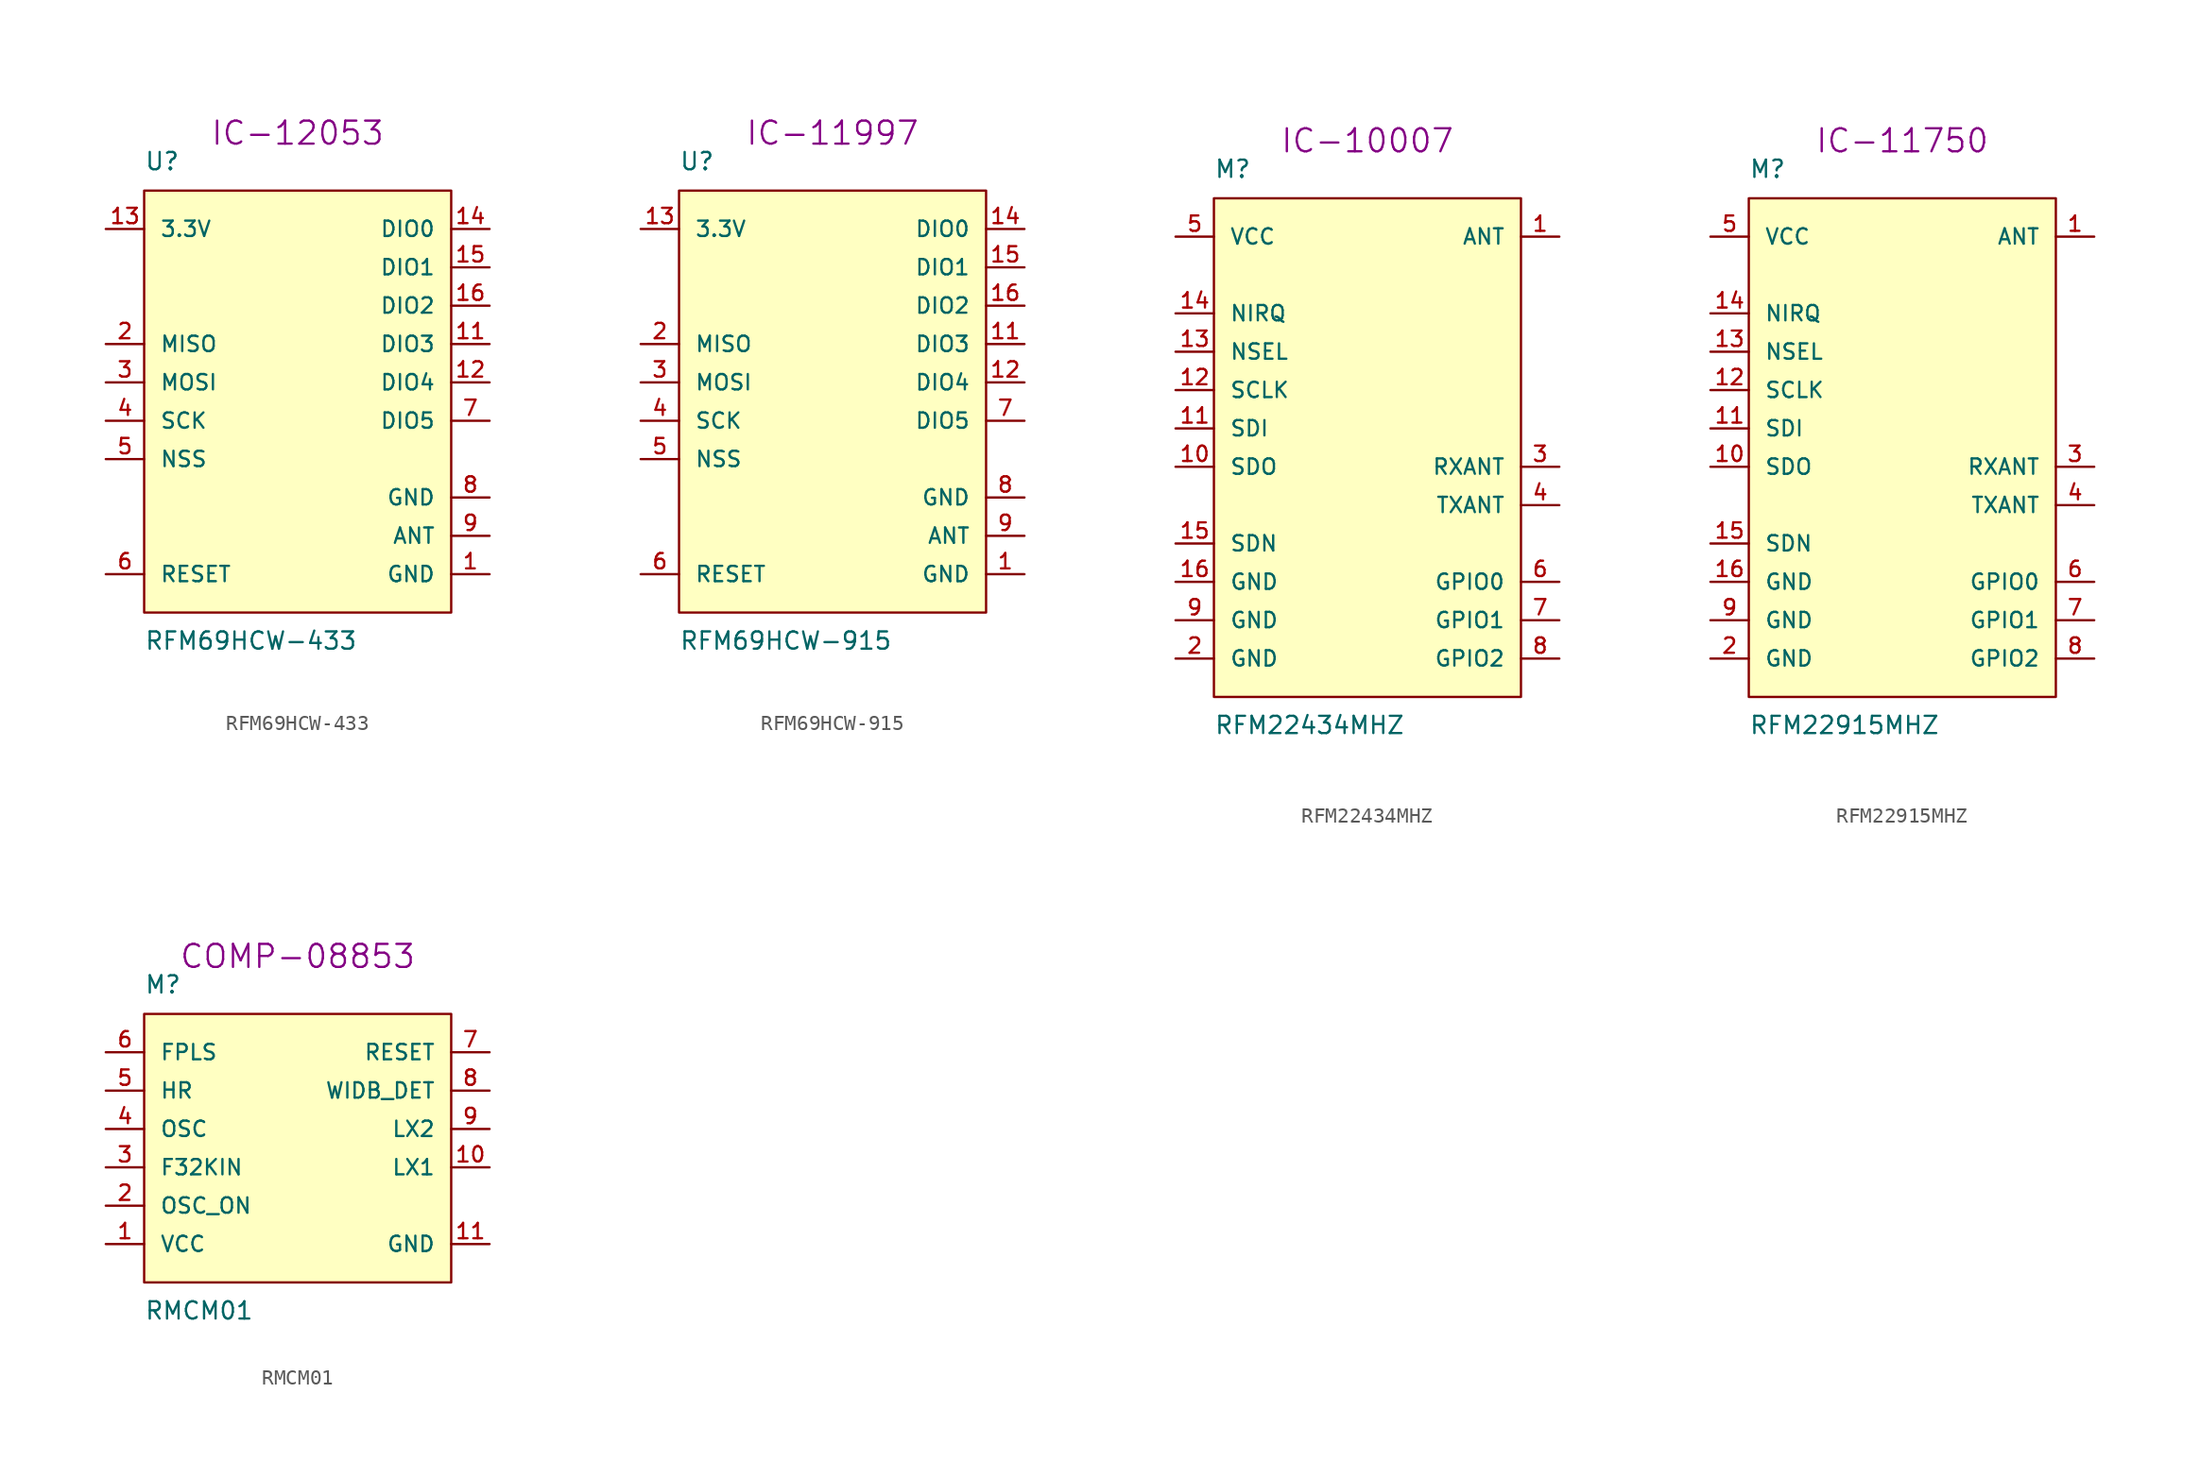
<source format=kicad_sym>
(kicad_symbol_lib
  (version 20220914)
  (generator kicad_symbol_editor)
  (symbol "RFM69HCW-433"
    (pin_names
      (offset 1.016))
    (property "Reference" "U"
      (at -10.16 16.51 0)
      (effects (font (size 1.143 1.143)) (justify left bottom)))
    (property "Value" "RFM69HCW-433"
      (at -10.16 -15.24 0)
      (effects (font (size 1.143 1.143)) (justify left bottom)))
    (property "Field4" "IC-12053"
      (at 0 19.05 0)
      (effects (font (size 1.524 1.524))))
    (property "ki_locked" ""
      (at 0 0 0)
      (effects (font (size 1.27 1.27))))
    (symbol "RFM69HCW-433_1_1"
      (polyline (pts (xy -10.16 15.24) (xy -10.16 -12.7) (xy 10.16 -12.7) (xy 10.16 15.24) (xy -10.16 15.24)) (stroke (width 0) (type solid)) (fill (type background)))
      (pin power_in line (at 12.7 -10.16 180) (length 2.54) (name "GND" (effects (font (size 1.016 1.016)))) (number "1" (effects (font (size 1.016 1.016)))))
      (pin power_in line (at 12.7 -5.08 180) (length 2.54) hide (name "GND" (effects (font (size 1.016 1.016)))) (number "10" (effects (font (size 1.016 1.016)))))
      (pin bidirectional line (at 12.7 5.08 180) (length 2.54) (name "DIO3" (effects (font (size 1.016 1.016)))) (number "11" (effects (font (size 1.016 1.016)))))
      (pin bidirectional line (at 12.7 2.54 180) (length 2.54) (name "DIO4" (effects (font (size 1.016 1.016)))) (number "12" (effects (font (size 1.016 1.016)))))
      (pin power_in line (at -12.7 12.7 0) (length 2.54) (name "3.3V" (effects (font (size 1.016 1.016)))) (number "13" (effects (font (size 1.016 1.016)))))
      (pin bidirectional line (at 12.7 12.7 180) (length 2.54) (name "DIO0" (effects (font (size 1.016 1.016)))) (number "14" (effects (font (size 1.016 1.016)))))
      (pin bidirectional line (at 12.7 10.16 180) (length 2.54) (name "DIO1" (effects (font (size 1.016 1.016)))) (number "15" (effects (font (size 1.016 1.016)))))
      (pin bidirectional line (at 12.7 7.62 180) (length 2.54) (name "DIO2" (effects (font (size 1.016 1.016)))) (number "16" (effects (font (size 1.016 1.016)))))
      (pin bidirectional line (at -12.7 5.08 0) (length 2.54) (name "MISO" (effects (font (size 1.016 1.016)))) (number "2" (effects (font (size 1.016 1.016)))))
      (pin input line (at -12.7 2.54 0) (length 2.54) (name "MOSI" (effects (font (size 1.016 1.016)))) (number "3" (effects (font (size 1.016 1.016)))))
      (pin input line (at -12.7 0 0) (length 2.54) (name "SCK" (effects (font (size 1.016 1.016)))) (number "4" (effects (font (size 1.016 1.016)))))
      (pin input line (at -12.7 -2.54 0) (length 2.54) (name "NSS" (effects (font (size 1.016 1.016)))) (number "5" (effects (font (size 1.016 1.016)))))
      (pin input line (at -12.7 -10.16 0) (length 2.54) (name "RESET" (effects (font (size 1.016 1.016)))) (number "6" (effects (font (size 1.016 1.016)))))
      (pin bidirectional line (at 12.7 0 180) (length 2.54) (name "DIO5" (effects (font (size 1.016 1.016)))) (number "7" (effects (font (size 1.016 1.016)))))
      (pin power_in line (at 12.7 -5.08 180) (length 2.54) (name "GND" (effects (font (size 1.016 1.016)))) (number "8" (effects (font (size 1.016 1.016)))))
      (pin passive line (at 12.7 -7.62 180) (length 2.54) (name "ANT" (effects (font (size 1.016 1.016)))) (number "9" (effects (font (size 1.016 1.016)))))))
  (symbol "RFM69HCW-915"
    (pin_names
      (offset 1.016))
    (property "Reference" "U"
      (at -10.16 16.51 0)
      (effects (font (size 1.143 1.143)) (justify left bottom)))
    (property "Value" "RFM69HCW-915"
      (at -10.16 -15.24 0)
      (effects (font (size 1.143 1.143)) (justify left bottom)))
    (property "Field4" "IC-11997"
      (at 0 19.05 0)
      (effects (font (size 1.524 1.524))))
    (property "ki_locked" ""
      (at 0 0 0)
      (effects (font (size 1.27 1.27))))
    (symbol "RFM69HCW-915_1_1"
      (polyline (pts (xy -10.16 15.24) (xy -10.16 -12.7) (xy 10.16 -12.7) (xy 10.16 15.24) (xy -10.16 15.24)) (stroke (width 0) (type solid)) (fill (type background)))
      (pin power_in line (at 12.7 -10.16 180) (length 2.54) (name "GND" (effects (font (size 1.016 1.016)))) (number "1" (effects (font (size 1.016 1.016)))))
      (pin power_in line (at 12.7 -5.08 180) (length 2.54) hide (name "GND" (effects (font (size 1.016 1.016)))) (number "10" (effects (font (size 1.016 1.016)))))
      (pin bidirectional line (at 12.7 5.08 180) (length 2.54) (name "DIO3" (effects (font (size 1.016 1.016)))) (number "11" (effects (font (size 1.016 1.016)))))
      (pin bidirectional line (at 12.7 2.54 180) (length 2.54) (name "DIO4" (effects (font (size 1.016 1.016)))) (number "12" (effects (font (size 1.016 1.016)))))
      (pin power_in line (at -12.7 12.7 0) (length 2.54) (name "3.3V" (effects (font (size 1.016 1.016)))) (number "13" (effects (font (size 1.016 1.016)))))
      (pin bidirectional line (at 12.7 12.7 180) (length 2.54) (name "DIO0" (effects (font (size 1.016 1.016)))) (number "14" (effects (font (size 1.016 1.016)))))
      (pin bidirectional line (at 12.7 10.16 180) (length 2.54) (name "DIO1" (effects (font (size 1.016 1.016)))) (number "15" (effects (font (size 1.016 1.016)))))
      (pin bidirectional line (at 12.7 7.62 180) (length 2.54) (name "DIO2" (effects (font (size 1.016 1.016)))) (number "16" (effects (font (size 1.016 1.016)))))
      (pin bidirectional line (at -12.7 5.08 0) (length 2.54) (name "MISO" (effects (font (size 1.016 1.016)))) (number "2" (effects (font (size 1.016 1.016)))))
      (pin input line (at -12.7 2.54 0) (length 2.54) (name "MOSI" (effects (font (size 1.016 1.016)))) (number "3" (effects (font (size 1.016 1.016)))))
      (pin input line (at -12.7 0 0) (length 2.54) (name "SCK" (effects (font (size 1.016 1.016)))) (number "4" (effects (font (size 1.016 1.016)))))
      (pin input line (at -12.7 -2.54 0) (length 2.54) (name "NSS" (effects (font (size 1.016 1.016)))) (number "5" (effects (font (size 1.016 1.016)))))
      (pin input line (at -12.7 -10.16 0) (length 2.54) (name "RESET" (effects (font (size 1.016 1.016)))) (number "6" (effects (font (size 1.016 1.016)))))
      (pin bidirectional line (at 12.7 0 180) (length 2.54) (name "DIO5" (effects (font (size 1.016 1.016)))) (number "7" (effects (font (size 1.016 1.016)))))
      (pin power_in line (at 12.7 -5.08 180) (length 2.54) (name "GND" (effects (font (size 1.016 1.016)))) (number "8" (effects (font (size 1.016 1.016)))))
      (pin passive line (at 12.7 -7.62 180) (length 2.54) (name "ANT" (effects (font (size 1.016 1.016)))) (number "9" (effects (font (size 1.016 1.016)))))))
  (symbol "RFM22434MHZ"
    (pin_names
      (offset 1.016))
    (property "Reference" "M"
      (at -10.16 16.51 0)
      (effects (font (size 1.143 1.143)) (justify left bottom)))
    (property "Value" "RFM22434MHZ"
      (at -10.16 -20.32 0)
      (effects (font (size 1.143 1.143)) (justify left bottom)))
    (property "Field4" "IC-10007"
      (at 0 19.05 0)
      (effects (font (size 1.524 1.524))))
    (property "ki_locked" ""
      (at 0 0 0)
      (effects (font (size 1.27 1.27))))
    (symbol "RFM22434MHZ_1_1"
      (polyline (pts (xy -10.16 15.24) (xy -10.16 -17.78) (xy 10.16 -17.78) (xy 10.16 15.24) (xy -10.16 15.24)) (stroke (width 0) (type solid)) (fill (type background)))
      (pin bidirectional line (at 12.7 12.7 180) (length 2.54) (name "ANT" (effects (font (size 1.016 1.016)))) (number "1" (effects (font (size 1.016 1.016)))))
      (pin output line (at -12.7 -2.54 0) (length 2.54) (name "SDO" (effects (font (size 1.016 1.016)))) (number "10" (effects (font (size 1.016 1.016)))))
      (pin input line (at -12.7 0 0) (length 2.54) (name "SDI" (effects (font (size 1.016 1.016)))) (number "11" (effects (font (size 1.016 1.016)))))
      (pin input line (at -12.7 2.54 0) (length 2.54) (name "SCLK" (effects (font (size 1.016 1.016)))) (number "12" (effects (font (size 1.016 1.016)))))
      (pin input line (at -12.7 5.08 0) (length 2.54) (name "NSEL" (effects (font (size 1.016 1.016)))) (number "13" (effects (font (size 1.016 1.016)))))
      (pin output line (at -12.7 7.62 0) (length 2.54) (name "NIRQ" (effects (font (size 1.016 1.016)))) (number "14" (effects (font (size 1.016 1.016)))))
      (pin input line (at -12.7 -7.62 0) (length 2.54) (name "SDN" (effects (font (size 1.016 1.016)))) (number "15" (effects (font (size 1.016 1.016)))))
      (pin power_in line (at -12.7 -10.16 0) (length 2.54) (name "GND" (effects (font (size 1.016 1.016)))) (number "16" (effects (font (size 1.016 1.016)))))
      (pin power_in line (at -12.7 -15.24 0) (length 2.54) (name "GND" (effects (font (size 1.016 1.016)))) (number "2" (effects (font (size 1.016 1.016)))))
      (pin input line (at 12.7 -2.54 180) (length 2.54) (name "RXANT" (effects (font (size 1.016 1.016)))) (number "3" (effects (font (size 1.016 1.016)))))
      (pin input line (at 12.7 -5.08 180) (length 2.54) (name "TXANT" (effects (font (size 1.016 1.016)))) (number "4" (effects (font (size 1.016 1.016)))))
      (pin bidirectional line (at -12.7 12.7 0) (length 2.54) (name "VCC" (effects (font (size 1.016 1.016)))) (number "5" (effects (font (size 1.016 1.016)))))
      (pin bidirectional line (at 12.7 -10.16 180) (length 2.54) (name "GPIO0" (effects (font (size 1.016 1.016)))) (number "6" (effects (font (size 1.016 1.016)))))
      (pin bidirectional line (at 12.7 -12.7 180) (length 2.54) (name "GPIO1" (effects (font (size 1.016 1.016)))) (number "7" (effects (font (size 1.016 1.016)))))
      (pin bidirectional line (at 12.7 -15.24 180) (length 2.54) (name "GPIO2" (effects (font (size 1.016 1.016)))) (number "8" (effects (font (size 1.016 1.016)))))
      (pin power_in line (at -12.7 -12.7 0) (length 2.54) (name "GND" (effects (font (size 1.016 1.016)))) (number "9" (effects (font (size 1.016 1.016)))))))
  (symbol "RFM22915MHZ"
    (pin_names
      (offset 1.016))
    (property "Reference" "M"
      (at -10.16 16.51 0)
      (effects (font (size 1.143 1.143)) (justify left bottom)))
    (property "Value" "RFM22915MHZ"
      (at -10.16 -20.32 0)
      (effects (font (size 1.143 1.143)) (justify left bottom)))
    (property "Field4" "IC-11750"
      (at 0 19.05 0)
      (effects (font (size 1.524 1.524))))
    (property "ki_locked" ""
      (at 0 0 0)
      (effects (font (size 1.27 1.27))))
    (symbol "RFM22915MHZ_1_1"
      (polyline (pts (xy -10.16 15.24) (xy -10.16 -17.78) (xy 10.16 -17.78) (xy 10.16 15.24) (xy -10.16 15.24)) (stroke (width 0) (type solid)) (fill (type background)))
      (pin bidirectional line (at 12.7 12.7 180) (length 2.54) (name "ANT" (effects (font (size 1.016 1.016)))) (number "1" (effects (font (size 1.016 1.016)))))
      (pin output line (at -12.7 -2.54 0) (length 2.54) (name "SDO" (effects (font (size 1.016 1.016)))) (number "10" (effects (font (size 1.016 1.016)))))
      (pin input line (at -12.7 0 0) (length 2.54) (name "SDI" (effects (font (size 1.016 1.016)))) (number "11" (effects (font (size 1.016 1.016)))))
      (pin input line (at -12.7 2.54 0) (length 2.54) (name "SCLK" (effects (font (size 1.016 1.016)))) (number "12" (effects (font (size 1.016 1.016)))))
      (pin input line (at -12.7 5.08 0) (length 2.54) (name "NSEL" (effects (font (size 1.016 1.016)))) (number "13" (effects (font (size 1.016 1.016)))))
      (pin output line (at -12.7 7.62 0) (length 2.54) (name "NIRQ" (effects (font (size 1.016 1.016)))) (number "14" (effects (font (size 1.016 1.016)))))
      (pin input line (at -12.7 -7.62 0) (length 2.54) (name "SDN" (effects (font (size 1.016 1.016)))) (number "15" (effects (font (size 1.016 1.016)))))
      (pin power_in line (at -12.7 -10.16 0) (length 2.54) (name "GND" (effects (font (size 1.016 1.016)))) (number "16" (effects (font (size 1.016 1.016)))))
      (pin power_in line (at -12.7 -15.24 0) (length 2.54) (name "GND" (effects (font (size 1.016 1.016)))) (number "2" (effects (font (size 1.016 1.016)))))
      (pin input line (at 12.7 -2.54 180) (length 2.54) (name "RXANT" (effects (font (size 1.016 1.016)))) (number "3" (effects (font (size 1.016 1.016)))))
      (pin input line (at 12.7 -5.08 180) (length 2.54) (name "TXANT" (effects (font (size 1.016 1.016)))) (number "4" (effects (font (size 1.016 1.016)))))
      (pin bidirectional line (at -12.7 12.7 0) (length 2.54) (name "VCC" (effects (font (size 1.016 1.016)))) (number "5" (effects (font (size 1.016 1.016)))))
      (pin bidirectional line (at 12.7 -10.16 180) (length 2.54) (name "GPIO0" (effects (font (size 1.016 1.016)))) (number "6" (effects (font (size 1.016 1.016)))))
      (pin bidirectional line (at 12.7 -12.7 180) (length 2.54) (name "GPIO1" (effects (font (size 1.016 1.016)))) (number "7" (effects (font (size 1.016 1.016)))))
      (pin bidirectional line (at 12.7 -15.24 180) (length 2.54) (name "GPIO2" (effects (font (size 1.016 1.016)))) (number "8" (effects (font (size 1.016 1.016)))))
      (pin power_in line (at -12.7 -12.7 0) (length 2.54) (name "GND" (effects (font (size 1.016 1.016)))) (number "9" (effects (font (size 1.016 1.016)))))))
  (symbol "RMCM01"
    (pin_names
      (offset 1.016))
    (property "Reference" "M"
      (at -10.16 8.89 0)
      (effects (font (size 1.143 1.143)) (justify left bottom)))
    (property "Value" "RMCM01"
      (at -10.16 -12.7 0)
      (effects (font (size 1.143 1.143)) (justify left bottom)))
    (property "Field4" "COMP-08853"
      (at 0 11.43 0)
      (effects (font (size 1.524 1.524))))
    (property "ki_locked" ""
      (at 0 0 0)
      (effects (font (size 1.27 1.27))))
    (symbol "RMCM01_1_1"
      (polyline (pts (xy -10.16 7.62) (xy 10.16 7.62) (xy 10.16 -10.16) (xy -10.16 -10.16) (xy -10.16 7.62)) (stroke (width 0) (type solid)) (fill (type background)))
      (pin bidirectional line (at -12.7 -7.62 0) (length 2.54) (name "VCC" (effects (font (size 1.016 1.016)))) (number "1" (effects (font (size 1.016 1.016)))))
      (pin bidirectional line (at 12.7 -2.54 180) (length 2.54) (name "LX1" (effects (font (size 1.016 1.016)))) (number "10" (effects (font (size 1.016 1.016)))))
      (pin bidirectional line (at 12.7 -7.62 180) (length 2.54) (name "GND" (effects (font (size 1.016 1.016)))) (number "11" (effects (font (size 1.016 1.016)))))
      (pin bidirectional line (at -12.7 -5.08 0) (length 2.54) (name "OSC_ON" (effects (font (size 1.016 1.016)))) (number "2" (effects (font (size 1.016 1.016)))))
      (pin bidirectional line (at -12.7 -2.54 0) (length 2.54) (name "F32KIN" (effects (font (size 1.016 1.016)))) (number "3" (effects (font (size 1.016 1.016)))))
      (pin bidirectional line (at -12.7 0 0) (length 2.54) (name "OSC" (effects (font (size 1.016 1.016)))) (number "4" (effects (font (size 1.016 1.016)))))
      (pin bidirectional line (at -12.7 2.54 0) (length 2.54) (name "HR" (effects (font (size 1.016 1.016)))) (number "5" (effects (font (size 1.016 1.016)))))
      (pin bidirectional line (at -12.7 5.08 0) (length 2.54) (name "FPLS" (effects (font (size 1.016 1.016)))) (number "6" (effects (font (size 1.016 1.016)))))
      (pin bidirectional line (at 12.7 5.08 180) (length 2.54) (name "RESET" (effects (font (size 1.016 1.016)))) (number "7" (effects (font (size 1.016 1.016)))))
      (pin bidirectional line (at 12.7 2.54 180) (length 2.54) (name "WIDB_DET" (effects (font (size 1.016 1.016)))) (number "8" (effects (font (size 1.016 1.016)))))
      (pin bidirectional line (at 12.7 0 180) (length 2.54) (name "LX2" (effects (font (size 1.016 1.016)))) (number "9" (effects (font (size 1.016 1.016))))))))
</source>
